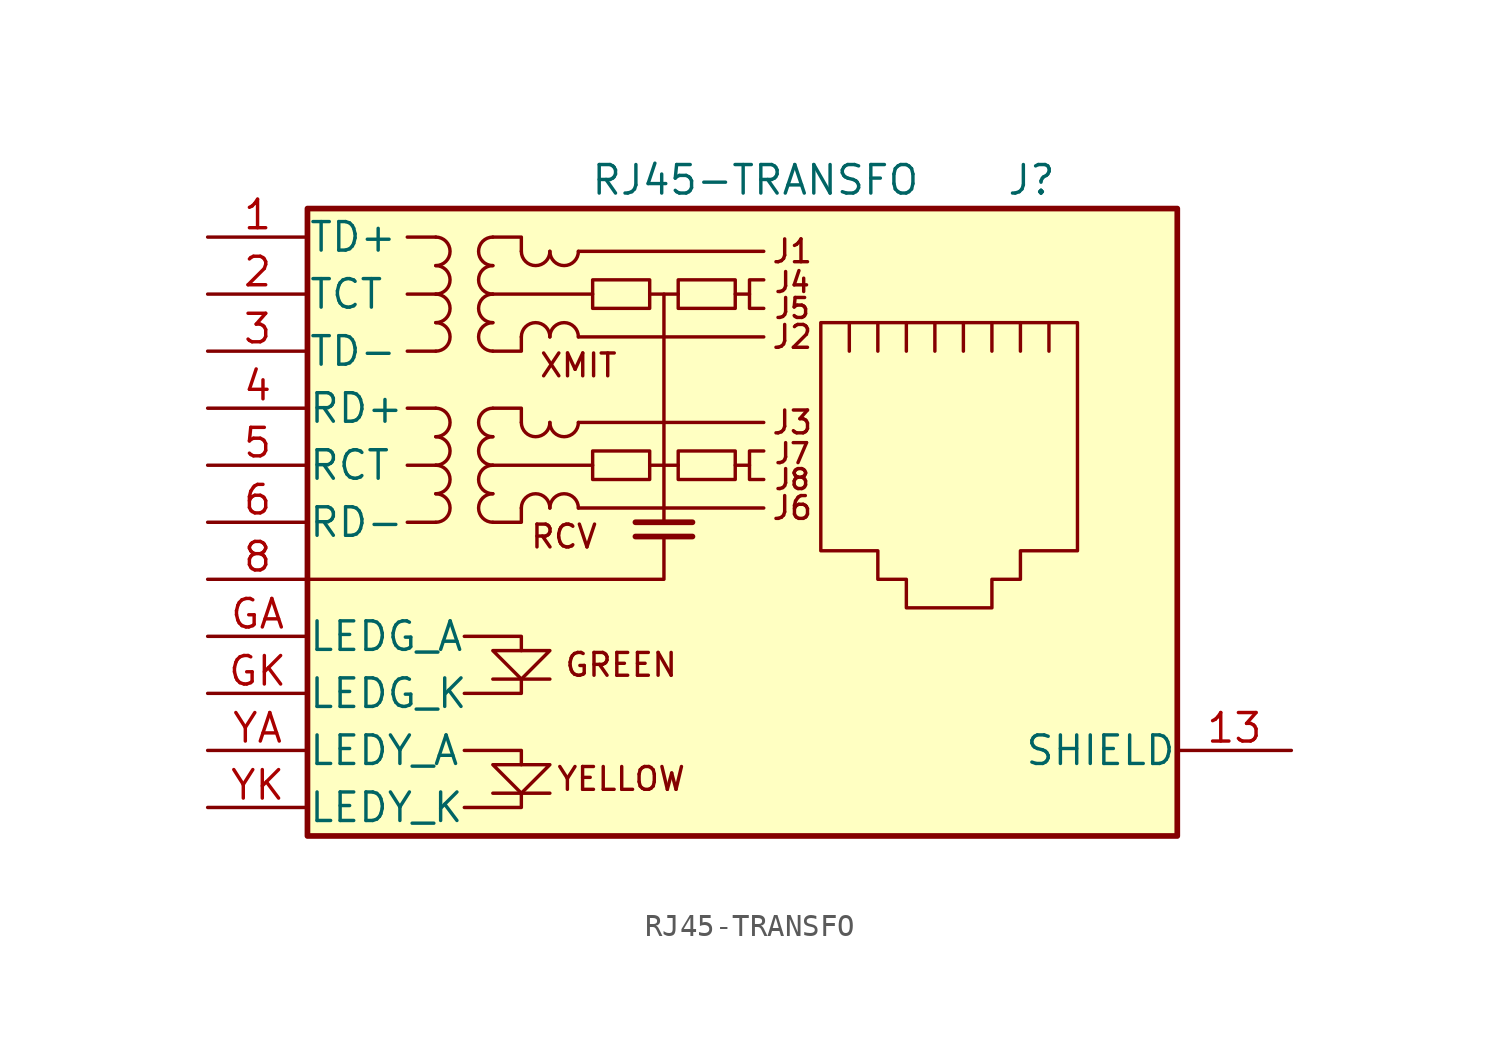
<source format=kicad_sym>
(kicad_symbol_lib
  (version 20211014)
  (generator kicad_symbol_editor)
  (symbol "RJ45-TRANSFO"
    (pin_names
      (offset 0.025))
    (property "Reference" "J"
      (at 2.54 15.24 0)
      (effects (font (size 1.27 1.27)) (justify left)))
    (property "Value" "RJ45-TRANSFO"
      (at -1.27 15.24 0)
      (effects (font (size 1.27 1.27)) (justify right)))
    (symbol "RJ45-TRANSFO_0_0"
      (polyline (pts (xy -19.05 -6.985) (xy -19.05 -7.62) (xy -21.59 -7.62)) (stroke (width 0) (type default) (color 0 0 0 0)) (fill (type none)))
      (polyline (pts (xy -17.78 -12.065) (xy -20.32 -12.065) (xy -20.32 -12.065)) (stroke (width 0) (type default) (color 0 0 0 0)) (fill (type none)))
      (polyline (pts (xy -17.78 -6.985) (xy -20.32 -6.985) (xy -20.32 -6.985)) (stroke (width 0) (type default) (color 0 0 0 0)) (fill (type none)))
      (polyline (pts (xy -12.7 2.54) (xy -12.7 0) (xy -12.7 0)) (stroke (width 0) (type default) (color 0 0 0 0)) (fill (type none)))
      (polyline (pts (xy -12.7 10.16) (xy -12.7 2.54) (xy -12.7 2.54)) (stroke (width 0) (type default) (color 0 0 0 0)) (fill (type none)))
      (polyline (pts (xy -11.43 -0.635) (xy -13.97 -0.635) (xy -13.97 -0.635)) (stroke (width 0.254) (type default) (color 0 0 0 0)) (fill (type none)))
      (polyline (pts (xy -8.89 2.54) (xy -9.525 2.54) (xy -9.525 2.54)) (stroke (width 0) (type default) (color 0 0 0 0)) (fill (type none)))
      (polyline (pts (xy -8.89 10.16) (xy -9.525 10.16) (xy -9.525 10.16)) (stroke (width 0) (type default) (color 0 0 0 0)) (fill (type none)))
      (polyline (pts (xy -21.59 -12.7) (xy -19.05 -12.7) (xy -19.05 -12.065) (xy -19.05 -12.065)) (stroke (width 0) (type default) (color 0 0 0 0)) (fill (type none)))
      (polyline (pts (xy -21.59 -10.16) (xy -19.05 -10.16) (xy -19.05 -10.795) (xy -19.05 -10.795)) (stroke (width 0) (type default) (color 0 0 0 0)) (fill (type none)))
      (polyline (pts (xy -21.59 -5.08) (xy -19.05 -5.08) (xy -19.05 -5.715) (xy -19.05 -5.715)) (stroke (width 0) (type default) (color 0 0 0 0)) (fill (type none)))
      (polyline (pts (xy -12.7 -0.635) (xy -12.7 -2.54) (xy -28.575 -2.54) (xy -22.225 -2.54)) (stroke (width 0) (type default) (color 0 0 0 0)) (fill (type none)))
      (polyline (pts (xy -11.43 0) (xy -13.335 0) (xy -13.97 0) (xy -13.97 0)) (stroke (width 0.254) (type default) (color 0 0 0 0)) (fill (type none)))
      (polyline (pts (xy -20.32 -5.715) (xy -17.78 -5.715) (xy -19.05 -6.985) (xy -20.32 -5.715) (xy -20.32 -5.715)) (stroke (width 0) (type default) (color 0 0 0 0)) (fill (type none)))
      (polyline (pts (xy -17.78 -10.795) (xy -20.32 -10.795) (xy -19.05 -12.065) (xy -17.78 -10.795) (xy -17.78 -10.795)) (stroke (width 0) (type default) (color 0 0 0 0)) (fill (type none)))
      (polyline (pts (xy -8.255 3.175) (xy -8.89 3.175) (xy -8.89 1.905) (xy -8.255 1.905) (xy -8.255 1.905)) (stroke (width 0) (type default) (color 0 0 0 0)) (fill (type none)))
      (polyline (pts (xy -8.255 10.795) (xy -8.89 10.795) (xy -8.89 9.525) (xy -8.255 9.525) (xy -8.255 9.525)) (stroke (width 0) (type default) (color 0 0 0 0)) (fill (type none)))
      (text "GREEN" (at -14.605 -6.35 0) (effects (font (size 1.016 1.016))))
      (text "J1" (at -6.985 12.065 0) (effects (font (size 1.016 1.016))))
      (text "J2" (at -6.985 8.255 0) (effects (font (size 1.016 1.016))))
      (text "J3" (at -6.985 4.445 0) (effects (font (size 1.016 1.016))))
      (text "J4" (at -6.985 10.16 0) (effects (font (size 0.889 0.889)) (justify bottom)))
      (text "J5" (at -6.985 9.525 0) (effects (font (size 0.889 0.889))))
      (text "J6" (at -6.985 0.635 0) (effects (font (size 1.016 1.016))))
      (text "J7" (at -6.985 2.54 0) (effects (font (size 0.889 0.889)) (justify bottom)))
      (text "J8" (at -6.985 1.905 0) (effects (font (size 0.889 0.889))))
      (text "RCV" (at -17.145 -0.635 0) (effects (font (size 1.016 1.016))))
      (text "XMIT" (at -16.51 6.985 0) (effects (font (size 1.016 1.016))))
      (text "YELLOW" (at -14.605 -11.43 0) (effects (font (size 1.016 1.016)))))
    (symbol "RJ45-TRANSFO_0_1"
      (rectangle (start -28.575 -13.97) (end 10.16 13.97) (stroke (width 0.254) (type default) (color 0 0 0 0)) (fill (type background)))
      (arc (start -22.86 0) (mid -22.225 0.635) (end -22.86 1.27) (stroke (width 0) (type default) (color 0 0 0 0)) (fill (type none)))
      (arc (start -22.86 1.27) (mid -22.225 1.905) (end -22.86 2.54) (stroke (width 0) (type default) (color 0 0 0 0)) (fill (type none)))
      (arc (start -22.86 2.54) (mid -22.225 3.175) (end -22.86 3.81) (stroke (width 0) (type default) (color 0 0 0 0)) (fill (type none)))
      (arc (start -22.86 3.81) (mid -22.225 4.445) (end -22.86 5.08) (stroke (width 0) (type default) (color 0 0 0 0)) (fill (type none)))
      (arc (start -22.86 7.62) (mid -22.225 8.255) (end -22.86 8.89) (stroke (width 0) (type default) (color 0 0 0 0)) (fill (type none)))
      (arc (start -22.86 8.89) (mid -22.225 9.525) (end -22.86 10.16) (stroke (width 0) (type default) (color 0 0 0 0)) (fill (type none)))
      (arc (start -22.86 10.16) (mid -22.225 10.795) (end -22.86 11.43) (stroke (width 0) (type default) (color 0 0 0 0)) (fill (type none)))
      (arc (start -22.86 11.43) (mid -22.225 12.065) (end -22.86 12.7) (stroke (width 0) (type default) (color 0 0 0 0)) (fill (type none)))
      (arc (start -20.32 1.27) (mid -20.955 0.635) (end -20.32 0) (stroke (width 0) (type default) (color 0 0 0 0)) (fill (type none)))
      (arc (start -20.32 2.54) (mid -20.955 1.905) (end -20.32 1.27) (stroke (width 0) (type default) (color 0 0 0 0)) (fill (type none)))
      (arc (start -20.32 3.81) (mid -20.955 3.175) (end -20.32 2.54) (stroke (width 0) (type default) (color 0 0 0 0)) (fill (type none)))
      (arc (start -20.32 5.08) (mid -20.955 4.445) (end -20.32 3.81) (stroke (width 0) (type default) (color 0 0 0 0)) (fill (type none)))
      (arc (start -20.32 8.89) (mid -20.955 8.255) (end -20.32 7.62) (stroke (width 0) (type default) (color 0 0 0 0)) (fill (type none)))
      (arc (start -20.32 10.16) (mid -20.955 9.525) (end -20.32 8.89) (stroke (width 0) (type default) (color 0 0 0 0)) (fill (type none)))
      (arc (start -20.32 11.43) (mid -20.955 10.795) (end -20.32 10.16) (stroke (width 0) (type default) (color 0 0 0 0)) (fill (type none)))
      (arc (start -20.32 12.7) (mid -20.955 12.065) (end -20.32 11.43) (stroke (width 0) (type default) (color 0 0 0 0)) (fill (type none)))
      (arc (start -19.05 4.445) (mid -18.415 3.81) (end -17.78 4.445) (stroke (width 0) (type default) (color 0 0 0 0)) (fill (type none)))
      (arc (start -19.05 12.065) (mid -18.415 11.43) (end -17.78 12.065) (stroke (width 0) (type default) (color 0 0 0 0)) (fill (type none)))
      (arc (start -17.78 0.635) (mid -18.415 1.27) (end -19.05 0.635) (stroke (width 0) (type default) (color 0 0 0 0)) (fill (type none)))
      (arc (start -17.78 4.445) (mid -17.145 3.81) (end -16.51 4.445) (stroke (width 0) (type default) (color 0 0 0 0)) (fill (type none)))
      (arc (start -17.78 8.255) (mid -18.415 8.89) (end -19.05 8.255) (stroke (width 0) (type default) (color 0 0 0 0)) (fill (type none)))
      (arc (start -17.78 12.065) (mid -17.145 11.43) (end -16.51 12.065) (stroke (width 0) (type default) (color 0 0 0 0)) (fill (type none)))
      (arc (start -16.51 0.635) (mid -17.145 1.27) (end -17.78 0.635) (stroke (width 0) (type default) (color 0 0 0 0)) (fill (type none)))
      (arc (start -16.51 8.255) (mid -17.145 8.89) (end -17.78 8.255) (stroke (width 0) (type default) (color 0 0 0 0)) (fill (type none)))
      (rectangle (start -15.875 3.175) (end -13.335 1.905) (stroke (width 0) (type default) (color 0 0 0 0)) (fill (type none)))
      (rectangle (start -15.875 10.795) (end -13.335 9.525) (stroke (width 0) (type default) (color 0 0 0 0)) (fill (type none)))
      (rectangle (start -12.065 3.175) (end -9.525 1.905) (stroke (width 0) (type default) (color 0 0 0 0)) (fill (type none)))
      (rectangle (start -12.065 10.795) (end -9.525 9.525) (stroke (width 0) (type default) (color 0 0 0 0)) (fill (type none)))
      (polyline (pts (xy -22.86 0) (xy -24.13 0) (xy -23.495 0)) (stroke (width 0) (type default) (color 0 0 0 0)) (fill (type none)))
      (polyline (pts (xy -22.86 2.54) (xy -24.13 2.54) (xy -23.495 2.54)) (stroke (width 0) (type default) (color 0 0 0 0)) (fill (type none)))
      (polyline (pts (xy -22.86 5.08) (xy -24.13 5.08) (xy -23.495 5.08)) (stroke (width 0) (type default) (color 0 0 0 0)) (fill (type none)))
      (polyline (pts (xy -22.86 7.62) (xy -24.13 7.62) (xy -23.495 7.62)) (stroke (width 0) (type default) (color 0 0 0 0)) (fill (type none)))
      (polyline (pts (xy -22.86 10.16) (xy -24.13 10.16) (xy -23.495 10.16)) (stroke (width 0) (type default) (color 0 0 0 0)) (fill (type none)))
      (polyline (pts (xy -16.51 0.635) (xy -8.255 0.635) (xy -8.255 0.635)) (stroke (width 0) (type default) (color 0 0 0 0)) (fill (type none)))
      (polyline (pts (xy -16.51 4.445) (xy -8.255 4.445) (xy -8.255 4.445)) (stroke (width 0) (type default) (color 0 0 0 0)) (fill (type none)))
      (polyline (pts (xy -16.51 8.255) (xy -8.255 8.255) (xy -8.255 8.255)) (stroke (width 0) (type default) (color 0 0 0 0)) (fill (type none)))
      (polyline (pts (xy -16.51 12.065) (xy -8.255 12.065) (xy -8.255 12.065)) (stroke (width 0) (type default) (color 0 0 0 0)) (fill (type none)))
      (polyline (pts (xy -13.335 2.54) (xy -12.065 2.54) (xy -12.065 2.54)) (stroke (width 0) (type default) (color 0 0 0 0)) (fill (type none)))
      (polyline (pts (xy -13.335 10.16) (xy -12.065 10.16) (xy -12.065 10.16)) (stroke (width 0) (type default) (color 0 0 0 0)) (fill (type none)))
      (polyline (pts (xy -4.445 7.62) (xy -4.445 8.89) (xy -4.445 8.89)) (stroke (width 0) (type default) (color 0 0 0 0)) (fill (type none)))
      (polyline (pts (xy -3.175 8.89) (xy -3.175 7.62) (xy -3.175 7.62)) (stroke (width 0) (type default) (color 0 0 0 0)) (fill (type none)))
      (polyline (pts (xy -1.905 8.89) (xy -1.905 7.62) (xy -1.905 7.62)) (stroke (width 0) (type default) (color 0 0 0 0)) (fill (type none)))
      (polyline (pts (xy -0.635 8.89) (xy -0.635 7.62) (xy -0.635 7.62)) (stroke (width 0) (type default) (color 0 0 0 0)) (fill (type none)))
      (polyline (pts (xy 0.635 8.89) (xy 0.635 7.62) (xy 0.635 7.62)) (stroke (width 0) (type default) (color 0 0 0 0)) (fill (type none)))
      (polyline (pts (xy 1.905 8.89) (xy 1.905 7.62) (xy 1.905 7.62)) (stroke (width 0) (type default) (color 0 0 0 0)) (fill (type none)))
      (polyline (pts (xy 3.175 7.62) (xy 3.175 8.89) (xy 3.175 8.89)) (stroke (width 0) (type default) (color 0 0 0 0)) (fill (type none)))
      (polyline (pts (xy 4.445 7.62) (xy 4.445 8.89) (xy 4.445 8.89)) (stroke (width 0) (type default) (color 0 0 0 0)) (fill (type none)))
      (polyline (pts (xy -22.86 12.7) (xy -24.13 12.7) (xy -23.495 12.7) (xy -23.495 12.7)) (stroke (width 0) (type default) (color 0 0 0 0)) (fill (type none)))
      (polyline (pts (xy -19.05 0.635) (xy -19.05 0) (xy -20.32 0) (xy -20.32 0)) (stroke (width 0) (type default) (color 0 0 0 0)) (fill (type none)))
      (polyline (pts (xy -19.05 8.255) (xy -19.05 7.62) (xy -20.32 7.62) (xy -20.32 7.62)) (stroke (width 0) (type default) (color 0 0 0 0)) (fill (type none)))
      (polyline (pts (xy -15.875 2.54) (xy -20.32 2.54) (xy -20.32 2.54) (xy -20.32 2.54)) (stroke (width 0) (type default) (color 0 0 0 0)) (fill (type none)))
      (polyline (pts (xy -15.875 10.16) (xy -20.32 10.16) (xy -20.32 10.16) (xy -20.32 10.16)) (stroke (width 0) (type default) (color 0 0 0 0)) (fill (type none)))
      (polyline (pts (xy -20.32 5.08) (xy -19.05 5.08) (xy -19.05 4.445) (xy -19.05 4.445) (xy -19.05 4.445) (xy -19.05 4.445)) (stroke (width 0) (type default) (color 0 0 0 0)) (fill (type none)))
      (polyline (pts (xy -20.32 12.7) (xy -19.05 12.7) (xy -19.05 12.065) (xy -19.05 12.065) (xy -19.05 12.065) (xy -19.05 12.065)) (stroke (width 0) (type default) (color 0 0 0 0)) (fill (type none)))
      (polyline (pts (xy -5.715 8.89) (xy 5.715 8.89) (xy 5.715 -1.27) (xy 3.175 -1.27) (xy 3.175 -2.54) (xy 1.905 -2.54) (xy 1.905 -3.81) (xy -1.905 -3.81) (xy -1.905 -2.54) (xy -3.175 -2.54) (xy -3.175 -1.27) (xy -5.715 -1.27) (xy -5.715 8.89) (xy -5.715 8.89)) (stroke (width 0) (type default) (color 0 0 0 0)) (fill (type none))))
    (symbol "RJ45-TRANSFO_1_1"
      (pin passive line (at -33.02 12.7 0) (length 4.445) (name "TD+" (effects (font (size 1.27 1.27)))) (number "1" (effects (font (size 1.27 1.27)))))
      (pin passive line (at 15.24 -10.16 180) (length 5.08) (name "SHIELD" (effects (font (size 1.27 1.27)))) (number "13" (effects (font (size 1.27 1.27)))))
      (pin passive line (at -33.02 10.16 0) (length 4.445) (name "TCT" (effects (font (size 1.27 1.27)))) (number "2" (effects (font (size 1.27 1.27)))))
      (pin passive line (at -33.02 7.62 0) (length 4.445) (name "TD-" (effects (font (size 1.27 1.27)))) (number "3" (effects (font (size 1.27 1.27)))))
      (pin passive line (at -33.02 5.08 0) (length 4.445) (name "RD+" (effects (font (size 1.27 1.27)))) (number "4" (effects (font (size 1.27 1.27)))))
      (pin passive line (at -33.02 2.54 0) (length 4.445) (name "RCT" (effects (font (size 1.27 1.27)))) (number "5" (effects (font (size 1.27 1.27)))))
      (pin passive line (at -33.02 0 0) (length 4.445) (name "RD-" (effects (font (size 1.27 1.27)))) (number "6" (effects (font (size 1.27 1.27)))))
      (pin passive line (at -33.02 -2.54 0) (length 4.445) (name "~" (effects (font (size 1.27 1.27)))) (number "8" (effects (font (size 1.27 1.27)))))
      (pin passive line (at -33.02 -5.08 0) (length 4.445) (name "LEDG_A" (effects (font (size 1.27 1.27)))) (number "GA" (effects (font (size 1.27 1.27)))))
      (pin passive line (at -33.02 -7.62 0) (length 4.445) (name "LEDG_K" (effects (font (size 1.27 1.27)))) (number "GK" (effects (font (size 1.27 1.27)))))
      (pin passive line (at -33.02 -10.16 0) (length 4.445) (name "LEDY_A" (effects (font (size 1.27 1.27)))) (number "YA" (effects (font (size 1.27 1.27)))))
      (pin passive line (at -33.02 -12.7 0) (length 4.445) (name "LEDY_K" (effects (font (size 1.27 1.27)))) (number "YK" (effects (font (size 1.27 1.27))))))))
</source>
